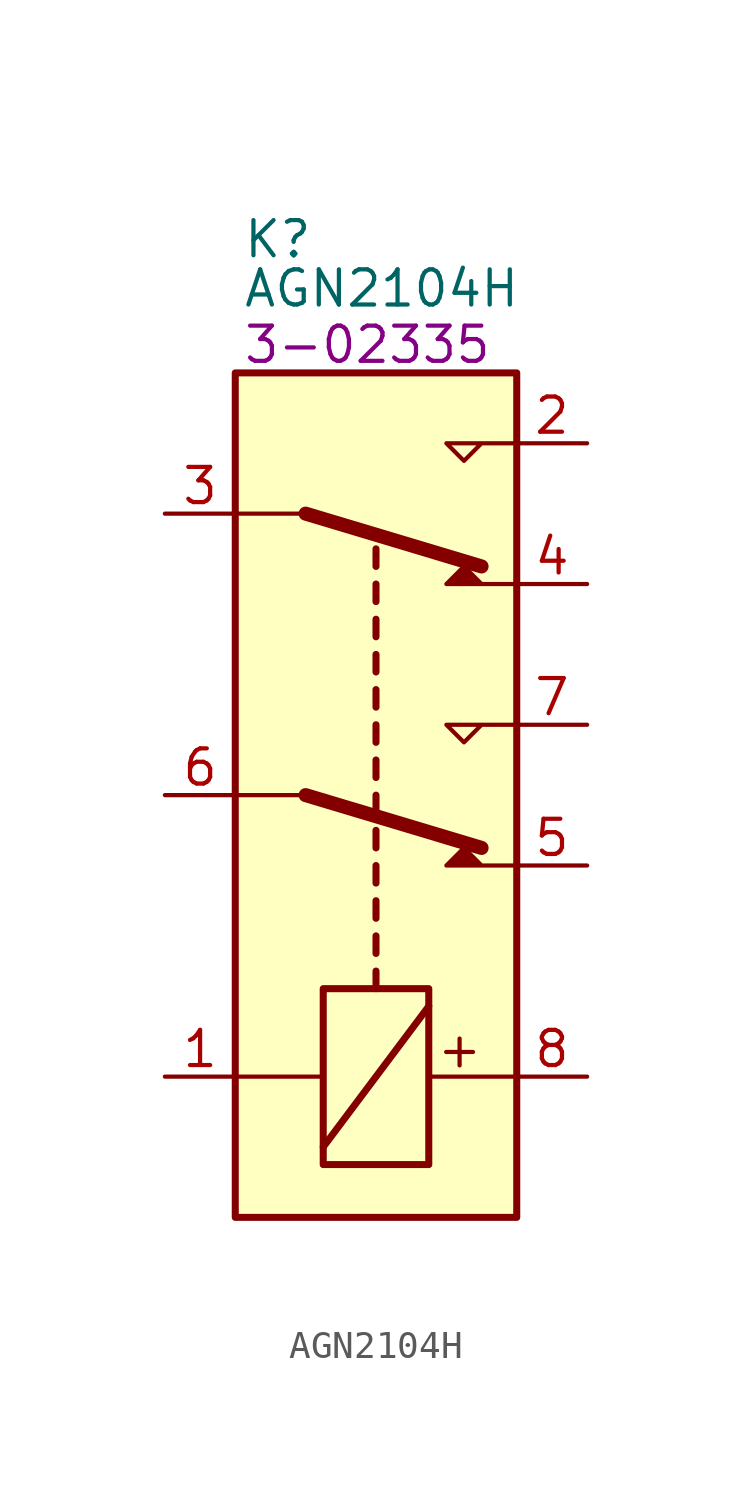
<source format=kicad_sym>
(kicad_symbol_lib
  (version 20231120)
  (generator "kicad_symbol_editor")
  (generator_version "8.0")
  (symbol "AGN2104H"
    (property "Reference" "K"
      (at 0.254 1.016 0)
      (do_not_autoplace)
      (effects (font (size 1.27 1.27)) (justify left)))
    (property "Value" "AGN2104H"
      (at 0.254 -0.762 0)
      (do_not_autoplace)
      (effects (font (size 1.27 1.27)) (justify left)))
    (property "SRS" "3-02335"
      (at 0.254 -2.794 0)
      (do_not_autoplace)
      (effects (font (size 1.27 1.27)) (justify left)))
    (symbol "AGN2104H_1_1"
      (rectangle (start 0 -3.81) (end 10.16 -34.29) (stroke (width 0.254) (type default)) (fill (type background)))
      (polyline (pts (xy 0 -29.21) (xy 3.175 -29.21)) (stroke (width 0) (type default)) (fill (type none)))
      (polyline (pts (xy 2.54 -19.05) (xy 0 -19.05)) (stroke (width 0) (type default)) (fill (type none)))
      (polyline (pts (xy 2.54 -19.05) (xy 8.89 -20.955)) (stroke (width 0.508) (type default)) (fill (type none)))
      (polyline (pts (xy 2.54 -8.89) (xy 0 -8.89)) (stroke (width 0) (type default)) (fill (type none)))
      (polyline (pts (xy 2.54 -8.89) (xy 8.89 -10.795)) (stroke (width 0.508) (type default)) (fill (type none)))
      (polyline (pts (xy 3.175 -31.75) (xy 6.985 -26.67)) (stroke (width 0.254) (type default)) (fill (type none)))
      (polyline (pts (xy 5.08 -26.035) (xy 5.08 -25.4)) (stroke (width 0.254) (type default)) (fill (type none)))
      (polyline (pts (xy 5.08 -24.765) (xy 5.08 -24.13)) (stroke (width 0.254) (type default)) (fill (type none)))
      (polyline (pts (xy 5.08 -23.495) (xy 5.08 -22.86)) (stroke (width 0.254) (type default)) (fill (type none)))
      (polyline (pts (xy 5.08 -22.225) (xy 5.08 -21.59)) (stroke (width 0.254) (type default)) (fill (type none)))
      (polyline (pts (xy 5.08 -20.955) (xy 5.08 -20.32)) (stroke (width 0.254) (type default)) (fill (type none)))
      (polyline (pts (xy 5.08 -19.685) (xy 5.08 -19.05)) (stroke (width 0.254) (type default)) (fill (type none)))
      (polyline (pts (xy 5.08 -18.415) (xy 5.08 -17.78)) (stroke (width 0.254) (type default)) (fill (type none)))
      (polyline (pts (xy 5.08 -17.145) (xy 5.08 -16.51)) (stroke (width 0.254) (type default)) (fill (type none)))
      (polyline (pts (xy 5.08 -15.875) (xy 5.08 -15.24)) (stroke (width 0.254) (type default)) (fill (type none)))
      (polyline (pts (xy 5.08 -14.605) (xy 5.08 -13.97)) (stroke (width 0.254) (type default)) (fill (type none)))
      (polyline (pts (xy 5.08 -13.335) (xy 5.08 -12.7)) (stroke (width 0.254) (type default)) (fill (type none)))
      (polyline (pts (xy 5.08 -12.065) (xy 5.08 -11.43)) (stroke (width 0.254) (type default)) (fill (type none)))
      (polyline (pts (xy 5.08 -10.795) (xy 5.08 -10.16)) (stroke (width 0.254) (type default)) (fill (type none)))
      (polyline (pts (xy 10.16 -29.21) (xy 6.985 -29.21)) (stroke (width 0) (type default)) (fill (type none)))
      (polyline (pts (xy 10.16 -21.59) (xy 7.62 -21.59) (xy 8.255 -20.955) (xy 8.89 -21.59)) (stroke (width 0) (type default)) (fill (type outline)))
      (polyline (pts (xy 10.16 -16.51) (xy 7.62 -16.51) (xy 8.255 -17.145) (xy 8.89 -16.51)) (stroke (width 0) (type default)) (fill (type none)))
      (polyline (pts (xy 10.16 -11.43) (xy 7.62 -11.43) (xy 8.255 -10.795) (xy 8.89 -11.43)) (stroke (width 0) (type default)) (fill (type outline)))
      (polyline (pts (xy 10.16 -6.35) (xy 7.62 -6.35) (xy 8.255 -6.985) (xy 8.89 -6.35)) (stroke (width 0) (type default)) (fill (type none)))
      (rectangle (start 3.175 -26.035) (end 6.985 -32.385) (stroke (width 0.254) (type default)) (fill (type none)))
      (text "+" (at 8.001 -28.321 900) (effects (font (size 1.27 1.27))))
      (pin passive line (at -2.54 -29.21 0) (length 2.54) (name "~" (effects (font (size 1.27 1.27)))) (number "1" (effects (font (size 1.27 1.27)))))
      (pin passive line (at 12.7 -6.35 180) (length 2.54) (name "~" (effects (font (size 1.27 1.27)))) (number "2" (effects (font (size 1.27 1.27)))))
      (pin passive line (at -2.54 -8.89 0) (length 2.54) (name "~" (effects (font (size 1.27 1.27)))) (number "3" (effects (font (size 1.27 1.27)))))
      (pin passive line (at 12.7 -11.43 180) (length 2.54) (name "~" (effects (font (size 1.27 1.27)))) (number "4" (effects (font (size 1.27 1.27)))))
      (pin passive line (at 12.7 -21.59 180) (length 2.54) (name "~" (effects (font (size 1.27 1.27)))) (number "5" (effects (font (size 1.27 1.27)))))
      (pin passive line (at -2.54 -19.05 0) (length 2.54) (name "~" (effects (font (size 1.27 1.27)))) (number "6" (effects (font (size 1.27 1.27)))))
      (pin passive line (at 12.7 -16.51 180) (length 2.54) (name "~" (effects (font (size 1.27 1.27)))) (number "7" (effects (font (size 1.27 1.27)))))
      (pin passive line (at 12.7 -29.21 180) (length 2.54) (name "~" (effects (font (size 1.27 1.27)))) (number "8" (effects (font (size 1.27 1.27))))))))
</source>
